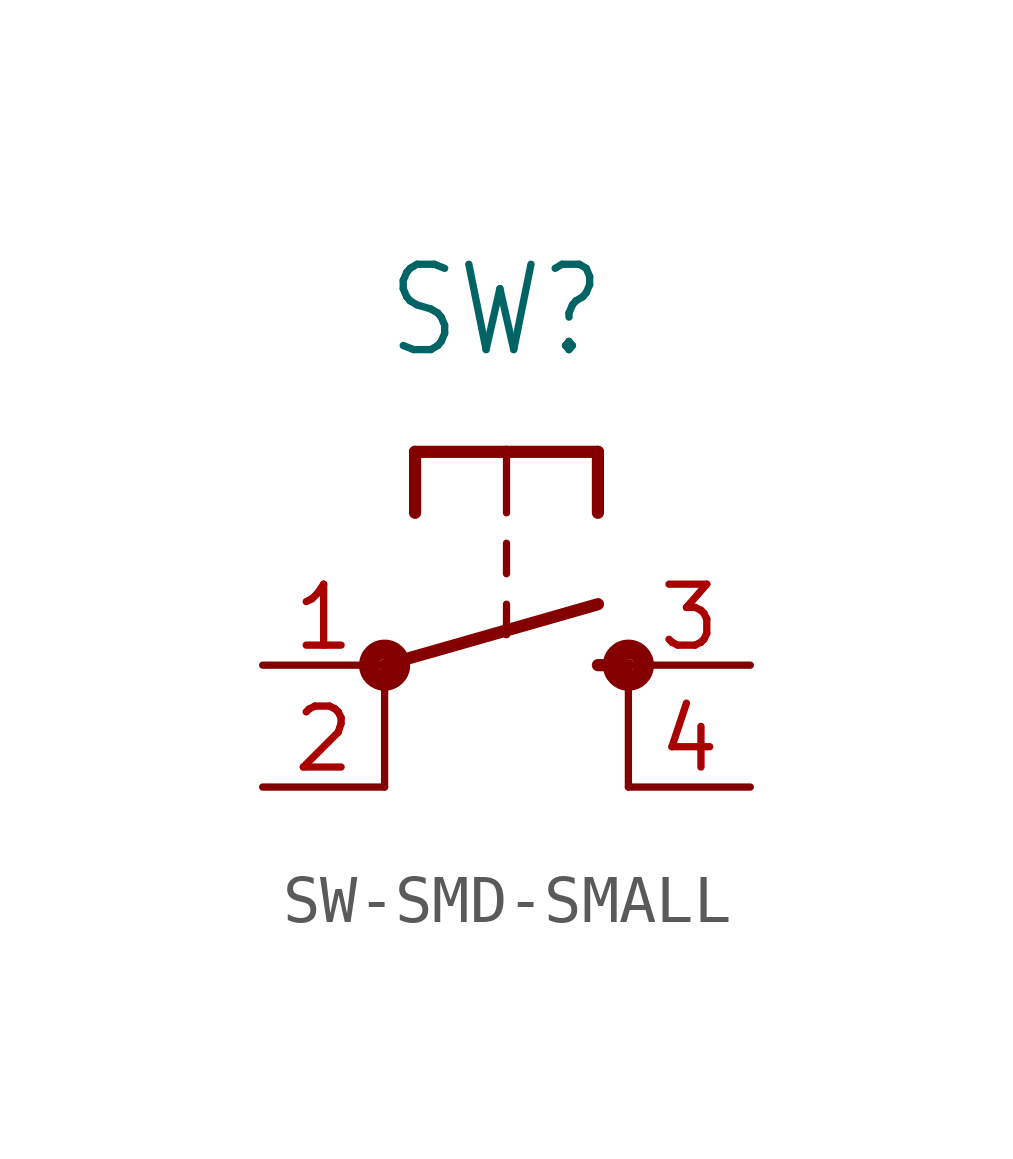
<source format=kicad_sym>
(kicad_symbol_lib
  (version 20220914)
  (generator kicad_symbol_editor)
  (symbol "SW-SMD-SMALL"
    (property "Reference" "SW"
      (at -2.54 6.35 0)
      (effects (font (size 1.778 1.511)) (justify left bottom)))
    (property "Value" ""
      (at 3.175 3.81 0)
      (effects (font (size 1.778 1.511)) (justify left bottom)))
    (property "ki_locked" ""
      (at 0 0 0)
      (effects (font (size 1.27 1.27))))
    (symbol "SW-SMD-SMALL_1_0"
      (circle (center -2.54 0) (radius 0.127) (stroke (width 0.406) (type solid)) (fill (type none)))
      (polyline (pts (xy -2.54 -2.54) (xy -2.54 0)) (stroke (width 0.152) (type solid)) (fill (type none)))
      (polyline (pts (xy -2.54 0) (xy 1.905 1.27)) (stroke (width 0.254) (type solid)) (fill (type none)))
      (polyline (pts (xy -1.905 4.445) (xy -1.905 3.175)) (stroke (width 0.254) (type solid)) (fill (type none)))
      (polyline (pts (xy 0 1.27) (xy 0 0.635)) (stroke (width 0.152) (type solid)) (fill (type none)))
      (polyline (pts (xy 0 2.54) (xy 0 1.905)) (stroke (width 0.152) (type solid)) (fill (type none)))
      (polyline (pts (xy 0 4.445) (xy -1.905 4.445)) (stroke (width 0.254) (type solid)) (fill (type none)))
      (polyline (pts (xy 0 4.445) (xy 0 3.175)) (stroke (width 0.152) (type solid)) (fill (type none)))
      (polyline (pts (xy 1.905 0) (xy 2.54 0)) (stroke (width 0.254) (type solid)) (fill (type none)))
      (polyline (pts (xy 1.905 4.445) (xy 0 4.445)) (stroke (width 0.254) (type solid)) (fill (type none)))
      (polyline (pts (xy 1.905 4.445) (xy 1.905 3.175)) (stroke (width 0.254) (type solid)) (fill (type none)))
      (polyline (pts (xy 2.54 -2.54) (xy 2.54 0)) (stroke (width 0.152) (type solid)) (fill (type none)))
      (circle (center 2.54 0) (radius 0.127) (stroke (width 0.406) (type solid)) (fill (type none)))
      (pin passive line (at -5.08 0 0) (length 2.54) (name "1" (effects (font (size 0 0)))) (number "1" (effects (font (size 1.27 1.27)))))
      (pin passive line (at -5.08 -2.54 0) (length 2.54) (name "2" (effects (font (size 0 0)))) (number "2" (effects (font (size 1.27 1.27)))))
      (pin passive line (at 5.08 0 180) (length 2.54) (name "3" (effects (font (size 0 0)))) (number "3" (effects (font (size 1.27 1.27)))))
      (pin passive line (at 5.08 -2.54 180) (length 2.54) (name "4" (effects (font (size 0 0)))) (number "4" (effects (font (size 1.27 1.27))))))))
</source>
